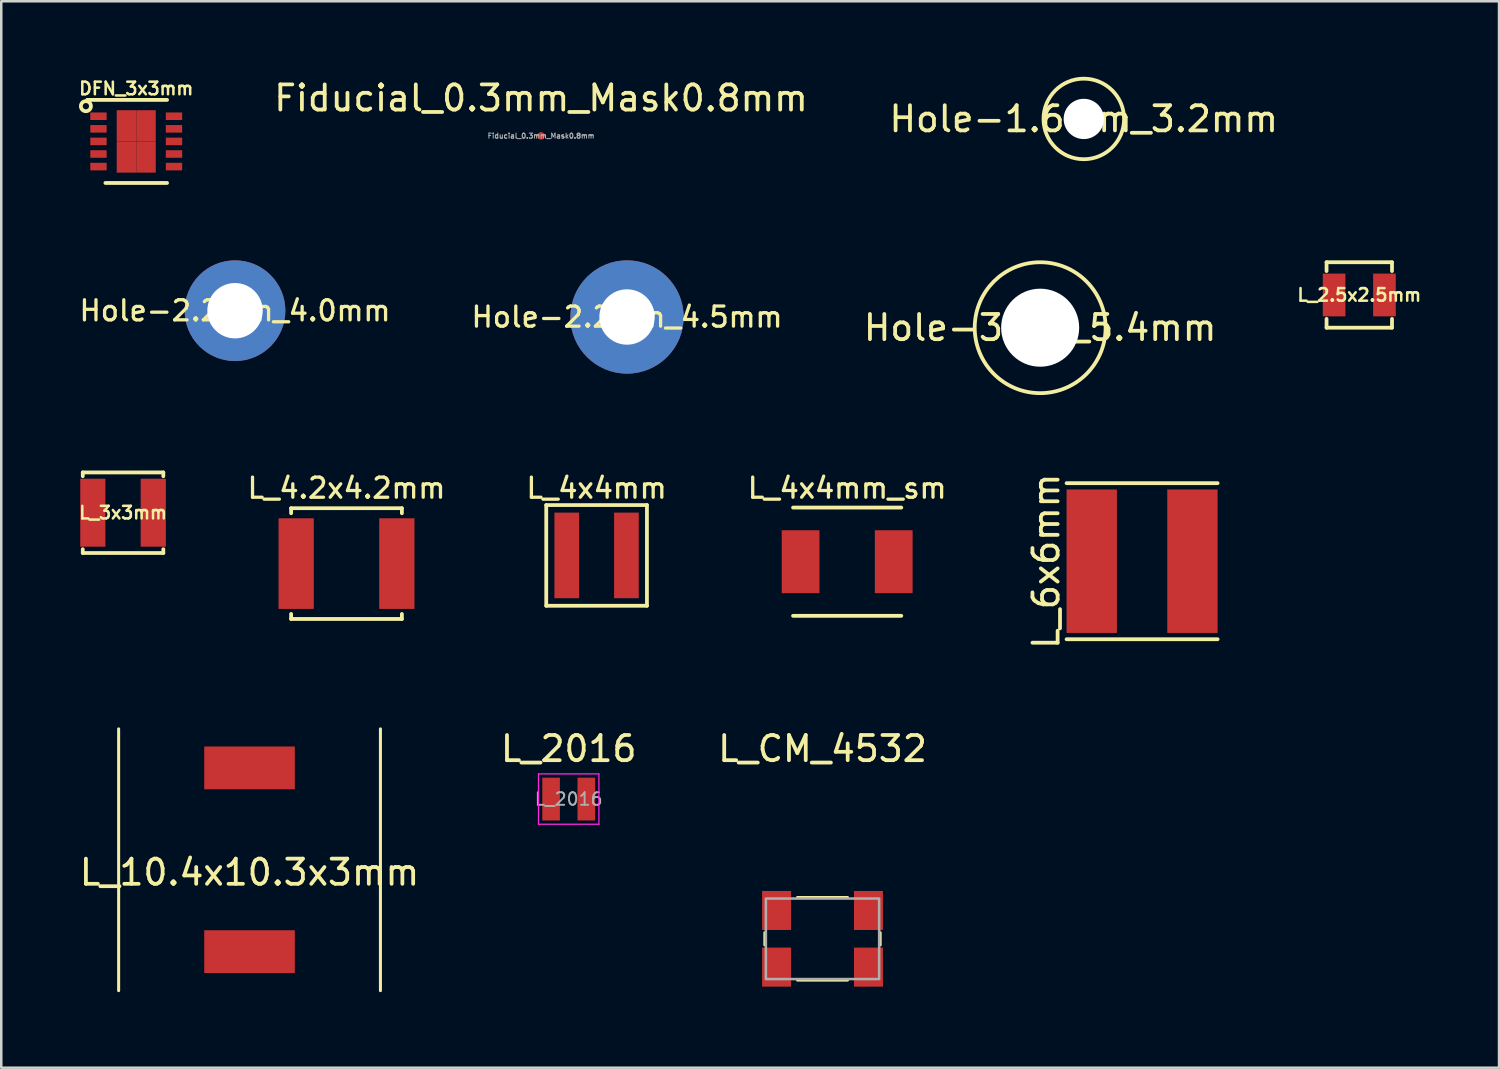
<source format=kicad_pcb>
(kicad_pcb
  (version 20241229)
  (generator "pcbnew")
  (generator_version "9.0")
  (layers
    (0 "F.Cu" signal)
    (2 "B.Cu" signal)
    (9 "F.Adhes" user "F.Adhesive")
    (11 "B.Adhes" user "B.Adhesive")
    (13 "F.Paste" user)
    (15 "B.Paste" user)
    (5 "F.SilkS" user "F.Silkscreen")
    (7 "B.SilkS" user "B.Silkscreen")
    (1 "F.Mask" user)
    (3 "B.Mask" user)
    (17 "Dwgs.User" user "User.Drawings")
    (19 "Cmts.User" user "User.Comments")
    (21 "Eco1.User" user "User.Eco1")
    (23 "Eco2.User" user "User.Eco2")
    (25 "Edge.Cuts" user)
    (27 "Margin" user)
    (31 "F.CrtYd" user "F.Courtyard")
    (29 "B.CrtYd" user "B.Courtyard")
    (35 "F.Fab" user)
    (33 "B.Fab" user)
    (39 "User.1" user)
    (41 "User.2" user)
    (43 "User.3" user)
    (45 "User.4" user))
  (footprint "L_4x4mm_sm"
    (layer "F.Cu")
    (at 30.604 19.264)
    (property "Reference" "L_4x4mm_sm" (at 0 -2.925 0) (layer "F.SilkS") (effects (font (size 0.8 0.8) (thickness 0.13))))
    (attr smd)
    (fp_line (start -2.15 -2.15) (end 2.15 -2.15) (stroke (width 0.15) (type solid)) (layer "F.SilkS"))
    (fp_line (start -2.15 2.15) (end 2.15 2.15) (stroke (width 0.15) (type solid)) (layer "F.SilkS"))
    (pad "1" smd rect (at -1.85 0) (size 1.5 2.5) (layers "F.Cu" "F.Mask" "F.Paste"))
    (pad "2" smd rect (at 1.85 0) (size 1.5 2.5) (layers "F.Cu" "F.Mask" "F.Paste")))
  (footprint "L_10.4x10.3x3mm"
    (layer "F.Cu")
    (at 6.863 31.105)
    (property "Reference" "L_10.4x10.3x3mm" (at 0 0.5 0) (layer "F.SilkS") (effects (font (size 1 1) (thickness 0.15))))
    (attr through_hole)
    (fp_line (start -5.2 -5.2) (end -5.2 5.2) (stroke (width 0.12) (type solid)) (layer "F.SilkS"))
    (fp_line (start 5.2 -5.2) (end 5.2 5.2) (stroke (width 0.12) (type solid)) (layer "F.SilkS"))
    (pad "1" smd rect (at 0 -3.65) (size 3.6 1.7) (layers "F.Cu" "F.Mask" "F.Paste"))
    (pad "2" smd rect (at 0 3.65) (size 3.6 1.7) (layers "F.Cu" "F.Mask" "F.Paste")))
  (footprint "DFN_3x3mm"
    (layer "F.Cu")
    (at 2.362 2.568)
    (property "Reference" "DFN_3x3mm" (at 0 -2.1 0) (layer "F.SilkS") (effects (font (size 0.5 0.5) (thickness 0.1))))
    (attr smd)
    (fp_line (start -1.95 -1.65) (end 1.225 -1.65) (stroke (width 0.15) (type solid)) (layer "F.SilkS"))
    (fp_line (start -1.225 1.65) (end 1.225 1.65) (stroke (width 0.15) (type solid)) (layer "F.SilkS"))
    (fp_circle (center -2 -1.4) (end -2 -1.6) (stroke (width 0.15) (type solid)) (fill no) (layer "F.SilkS"))
    (pad "1" smd rect (at -1.5 -1) (size 0.65 0.3) (layers "F.Cu" "F.Mask" "F.Paste"))
    (pad "2" smd rect (at -1.5 -0.5) (size 0.65 0.3) (layers "F.Cu" "F.Mask" "F.Paste"))
    (pad "3" smd rect (at -1.5 0) (size 0.65 0.3) (layers "F.Cu" "F.Mask" "F.Paste"))
    (pad "4" smd rect (at -1.5 0.5) (size 0.65 0.3) (layers "F.Cu" "F.Mask" "F.Paste"))
    (pad "5" smd rect (at -1.5 1) (size 0.65 0.3) (layers "F.Cu" "F.Mask" "F.Paste"))
    (pad "6" smd rect (at 1.5 1) (size 0.65 0.3) (layers "F.Cu" "F.Mask" "F.Paste"))
    (pad "7" smd rect (at 1.5 0.5) (size 0.65 0.3) (layers "F.Cu" "F.Mask" "F.Paste"))
    (pad "8" smd rect (at 1.5 0) (size 0.65 0.3) (layers "F.Cu" "F.Mask" "F.Paste"))
    (pad "9" smd rect (at 1.5 -0.5) (size 0.65 0.3) (layers "F.Cu" "F.Mask" "F.Paste"))
    (pad "10" smd rect (at 1.5 -1) (size 0.65 0.3) (layers "F.Cu" "F.Mask" "F.Paste"))
    (pad "11" smd rect (at -0.388 -0.62) (size 0.775 1.24) (layers "F.Cu" "F.Mask" "F.Paste"))
    (pad "11" smd rect (at -0.388 0.62) (size 0.775 1.24) (layers "F.Cu" "F.Mask" "F.Paste"))
    (pad "11" smd rect (at 0.388 -0.62) (size 0.775 1.24) (layers "F.Cu" "F.Mask" "F.Paste"))
    (pad "11" smd rect (at 0.388 0.62) (size 0.775 1.24) (layers "F.Cu" "F.Mask" "F.Paste")))
  (footprint "L_4.2x4.2mm"
    (layer "F.Cu")
    (at 10.715 19.339)
    (property "Reference" "L_4.2x4.2mm" (at 0 -3 0) (layer "F.SilkS") (effects (font (size 0.8 0.8) (thickness 0.13))))
    (attr smd)
    (fp_line (start -2.2 -2.2) (end 2.2 -2.2) (stroke (width 0.15) (type solid)) (layer "F.SilkS"))
    (fp_line (start -2.2 -2) (end -2.2 -2.2) (stroke (width 0.15) (type solid)) (layer "F.SilkS"))
    (fp_line (start -2.2 2) (end -2.2 2.2) (stroke (width 0.15) (type solid)) (layer "F.SilkS"))
    (fp_line (start -2.2 2.2) (end 2.2 2.2) (stroke (width 0.15) (type solid)) (layer "F.SilkS"))
    (fp_line (start 2.2 -2.2) (end 2.2 -2) (stroke (width 0.15) (type solid)) (layer "F.SilkS"))
    (fp_line (start 2.2 2.2) (end 2.2 2) (stroke (width 0.15) (type solid)) (layer "F.SilkS"))
    (pad "1" smd rect (at -2 0) (size 1.4 3.6) (layers "F.Cu" "F.Mask" "F.Paste"))
    (pad "2" smd rect (at 2 0) (size 1.4 3.6) (layers "F.Cu" "F.Mask" "F.Paste")))
  (footprint "L_2016"
    (layer "F.Cu")
    (at 19.542 28.694)
    (property "Reference" "L_2016" (at 0 -2 0) (layer "F.SilkS") (effects (font (size 1 1) (thickness 0.15))))
    (attr smd)
    (fp_line (start -1.2 -1) (end -1.2 1) (stroke (width 0.05) (type solid)) (layer "F.CrtYd"))
    (fp_line (start -1.2 1) (end 1.2 1) (stroke (width 0.05) (type solid)) (layer "F.CrtYd"))
    (fp_line (start 1.2 -1) (end -1.2 -1) (stroke (width 0.05) (type solid)) (layer "F.CrtYd"))
    (fp_line (start 1.2 1) (end 1.2 -1) (stroke (width 0.05) (type solid)) (layer "F.CrtYd"))
    (fp_text user "${REFERENCE}" (at 0 0 0) (layer "F.Fab") (effects (font (size 0.5 0.5) (thickness 0.075))))
    (pad "1" smd rect (at -0.7 0) (size 0.7 1.7) (layers "F.Cu" "F.Mask" "F.Paste"))
    (pad "2" smd rect (at 0.7 0) (size 0.7 1.7) (layers "F.Cu" "F.Mask" "F.Paste")))
  (footprint "L_CM_4532"
    (layer "F.Cu")
    (at 29.625 34.244)
    (property "Reference" "L_CM_4532" (at 0 -7.55 0) (unlocked yes) (layer "F.SilkS") (effects (font (size 1 1) (thickness 0.15))))
    (attr smd)
    (fp_line (start -2.3 -0.25) (end -2.3 0.25) (stroke (width 0.1) (type solid)) (layer "F.SilkS"))
    (fp_line (start -1 -1.65) (end 1 -1.65) (stroke (width 0.1) (type solid)) (layer "F.SilkS"))
    (fp_line (start -1 1.65) (end 1 1.65) (stroke (width 0.1) (type solid)) (layer "F.SilkS"))
    (fp_line (start 2.3 -0.25) (end 2.3 0.25) (stroke (width 0.1) (type solid)) (layer "F.SilkS"))
    (fp_rect (start -2.25 -1.6) (end 2.25 1.6) (stroke (width 0.1) (type solid)) (fill no) (layer "F.Fab"))
    (pad "1" smd rect (at -1.825 -1.125) (size 1.15 1.55) (layers "F.Cu" "F.Mask" "F.Paste"))
    (pad "2" smd rect (at -1.825 1.125) (size 1.15 1.55) (layers "F.Cu" "F.Mask" "F.Paste"))
    (pad "3" smd rect (at 1.825 1.125) (size 1.15 1.55) (layers "F.Cu" "F.Mask" "F.Paste"))
    (pad "4" smd rect (at 1.825 -1.125) (size 1.15 1.55) (layers "F.Cu" "F.Mask" "F.Paste")))
  (footprint "Fiducial_0.3mm_Mask0.8mm"
    (layer "F.Cu")
    (at 18.444 2.348)
    (property "Reference" "Fiducial_0.3mm_Mask0.8mm" (at 0 -1.5 0) (layer "F.SilkS") (effects (font (size 1 1) (thickness 0.15))))
    (attr smd)
    (fp_text user "${REFERENCE}" (at 0 0 0) (layer "F.Fab") (effects (font (size 0.2 0.2) (thickness 0.04))))
    (pad "" smd circle (at 0 0) (size 0.3 0.3) (layers "F.Cu" "F.Mask")))
  (footprint "L_6x6mm"
    (layer "F.Cu")
    (at 42.32 19.244)
    (property "Reference" "L_6x6mm" (at -3.81 0 270) (layer "F.SilkS") (effects (font (size 1 1) (thickness 0.15))))
    (attr smd)
    (fp_line (start -3 -3.1) (end 3 -3.1) (stroke (width 0.15) (type solid)) (layer "F.SilkS"))
    (fp_line (start -3 3.1) (end 3 3.1) (stroke (width 0.15) (type solid)) (layer "F.SilkS"))
    (pad "1" smd rect (at -2 0) (size 2 5.7) (layers "F.Cu" "F.Mask" "F.Paste"))
    (pad "2" smd rect (at 2 0) (size 2 5.7) (layers "F.Cu" "F.Mask" "F.Paste")))
  (footprint "Hole-2.2mm_4.0mm"
    (layer "F.Cu")
    (at 6.286 9.293)
    (property "Reference" "Hole-2.2mm_4.0mm" (at 0 0 0) (layer "F.SilkS") (effects (font (size 0.8 0.8) (thickness 0.13))))
    (attr through_hole)
    (pad "" np_thru_hole circle (at 0 0) (size 2.2 2.2) (drill 2.2) (layers "*.Cu" "*.Mask"))
    (pad "" smd circle (at 0 0) (size 4 4) (layers "F.Cu"))
    (pad "" smd circle (at 0 0) (size 4 4) (layers "B.Cu")))
  (footprint "L_3x3mm"
    (layer "F.Cu")
    (at 1.838 17.318)
    (property "Reference" "L_3x3mm" (at 0 0 0) (layer "F.SilkS") (effects (font (size 0.5 0.5) (thickness 0.1))))
    (attr smd)
    (fp_line (start -1.6 -1.6) (end 1.6 -1.6) (stroke (width 0.15) (type solid)) (layer "F.SilkS"))
    (fp_line (start -1.6 -1.45) (end -1.6 -1.6) (stroke (width 0.15) (type solid)) (layer "F.SilkS"))
    (fp_line (start -1.6 1.45) (end -1.6 1.6) (stroke (width 0.15) (type solid)) (layer "F.SilkS"))
    (fp_line (start -1.6 1.6) (end 1.6 1.6) (stroke (width 0.15) (type solid)) (layer "F.SilkS"))
    (fp_line (start 1.6 -1.6) (end 1.6 -1.45) (stroke (width 0.15) (type solid)) (layer "F.SilkS"))
    (fp_line (start 1.6 1.6) (end 1.6 1.45) (stroke (width 0.15) (type solid)) (layer "F.SilkS"))
    (pad "1" smd rect (at -1.2 0) (size 1 2.7) (layers "F.Cu" "F.Mask" "F.Paste"))
    (pad "2" smd rect (at 1.2 0) (size 1 2.7) (layers "F.Cu" "F.Mask" "F.Paste")))
  (footprint "Hole-2.2mm_4.5mm"
    (layer "F.Cu")
    (at 21.859 9.543)
    (property "Reference" "Hole-2.2mm_4.5mm" (at 0 0 0) (layer "F.SilkS") (effects (font (size 0.8 0.8) (thickness 0.13))))
    (attr through_hole)
    (pad "" np_thru_hole circle (at 0 0) (size 2.2 2.2) (drill 2.2) (layers "*.Cu" "*.Mask"))
    (pad "" smd circle (at 0 0) (size 4.5 4.5) (layers "F.Cu"))
    (pad "" smd circle (at 0 0) (size 4.5 4.5) (layers "B.Cu")))
  (footprint "Hole-1.6mm_3.2mm"
    (layer "F.Cu")
    (at 40.004 1.675)
    (property "Reference" "Hole-1.6mm_3.2mm" (at 0 0 0) (layer "F.SilkS") (effects (font (size 1 1) (thickness 0.15))))
    (attr through_hole)
    (fp_circle (center 0 0) (end 1.6 0) (stroke (width 0.15) (type solid)) (fill no) (layer "F.SilkS"))
    (pad "" np_thru_hole circle (at 0 0) (size 1.6 1.6) (drill 1.6) (layers "*.Cu" "*.Mask")))
  (footprint "Hole-3mm_5.4mm"
    (layer "F.Cu")
    (at 38.271 9.968)
    (property "Reference" "Hole-3mm_5.4mm" (at 0 0 0) (layer "F.SilkS") (effects (font (size 1 1) (thickness 0.15))))
    (attr through_hole)
    (fp_circle (center 0 0) (end 2.6 0) (stroke (width 0.15) (type solid)) (fill no) (layer "F.SilkS"))
    (pad "" np_thru_hole circle (at 0 0) (size 3.1 3.1) (drill 3.1) (layers "*.Cu" "*.Mask")))
  (footprint "L_4x4mm"
    (layer "F.Cu")
    (at 20.65 19.014)
    (property "Reference" "L_4x4mm" (at 0 -2.675 0) (layer "F.SilkS") (effects (font (size 0.8 0.8) (thickness 0.13))))
    (attr smd)
    (fp_line (start -2 -2) (end -2 2) (stroke (width 0.15) (type solid)) (layer "F.SilkS"))
    (fp_line (start -2 -2) (end 2 -2) (stroke (width 0.15) (type solid)) (layer "F.SilkS"))
    (fp_line (start -2 2) (end 2 2) (stroke (width 0.15) (type solid)) (layer "F.SilkS"))
    (fp_line (start 2 2) (end 2 -2) (stroke (width 0.15) (type solid)) (layer "F.SilkS"))
    (pad "1" smd rect (at -1.185 0) (size 0.98 3.4) (layers "F.Cu" "F.Mask" "F.Paste"))
    (pad "2" smd rect (at 1.185 0) (size 0.98 3.4) (layers "F.Cu" "F.Mask" "F.Paste")))
  (footprint "L_2.5x2.5mm"
    (layer "F.Cu")
    (at 50.948 8.668)
    (property "Reference" "L_2.5x2.5mm" (at 0 0 0) (layer "F.SilkS") (effects (font (size 0.5 0.5) (thickness 0.1))))
    (attr smd)
    (fp_line (start -1.3 -1.3) (end 1.3 -1.3) (stroke (width 0.15) (type solid)) (layer "F.SilkS"))
    (fp_line (start -1.3 -0.95) (end -1.3 -1.3) (stroke (width 0.15) (type solid)) (layer "F.SilkS"))
    (fp_line (start -1.3 0.95) (end -1.3 1.3) (stroke (width 0.15) (type solid)) (layer "F.SilkS"))
    (fp_line (start -1.3 1.3) (end 1.3 1.3) (stroke (width 0.15) (type solid)) (layer "F.SilkS"))
    (fp_line (start 1.3 -1.3) (end 1.3 -0.95) (stroke (width 0.15) (type solid)) (layer "F.SilkS"))
    (fp_line (start 1.3 1.3) (end 1.3 0.95) (stroke (width 0.15) (type solid)) (layer "F.SilkS"))
    (pad "1" smd rect (at -1 0) (size 0.9 1.7) (layers "F.Cu" "F.Mask" "F.Paste"))
    (pad "2" smd rect (at 1 0) (size 0.9 1.7) (layers "F.Cu" "F.Mask" "F.Paste")))
  (gr_rect
    (start -3 -3)
    (end 56.5 39.365)
    (stroke (width 0.1) (type default))
    (fill no)
    (layer "Edge.Cuts")))
</source>
